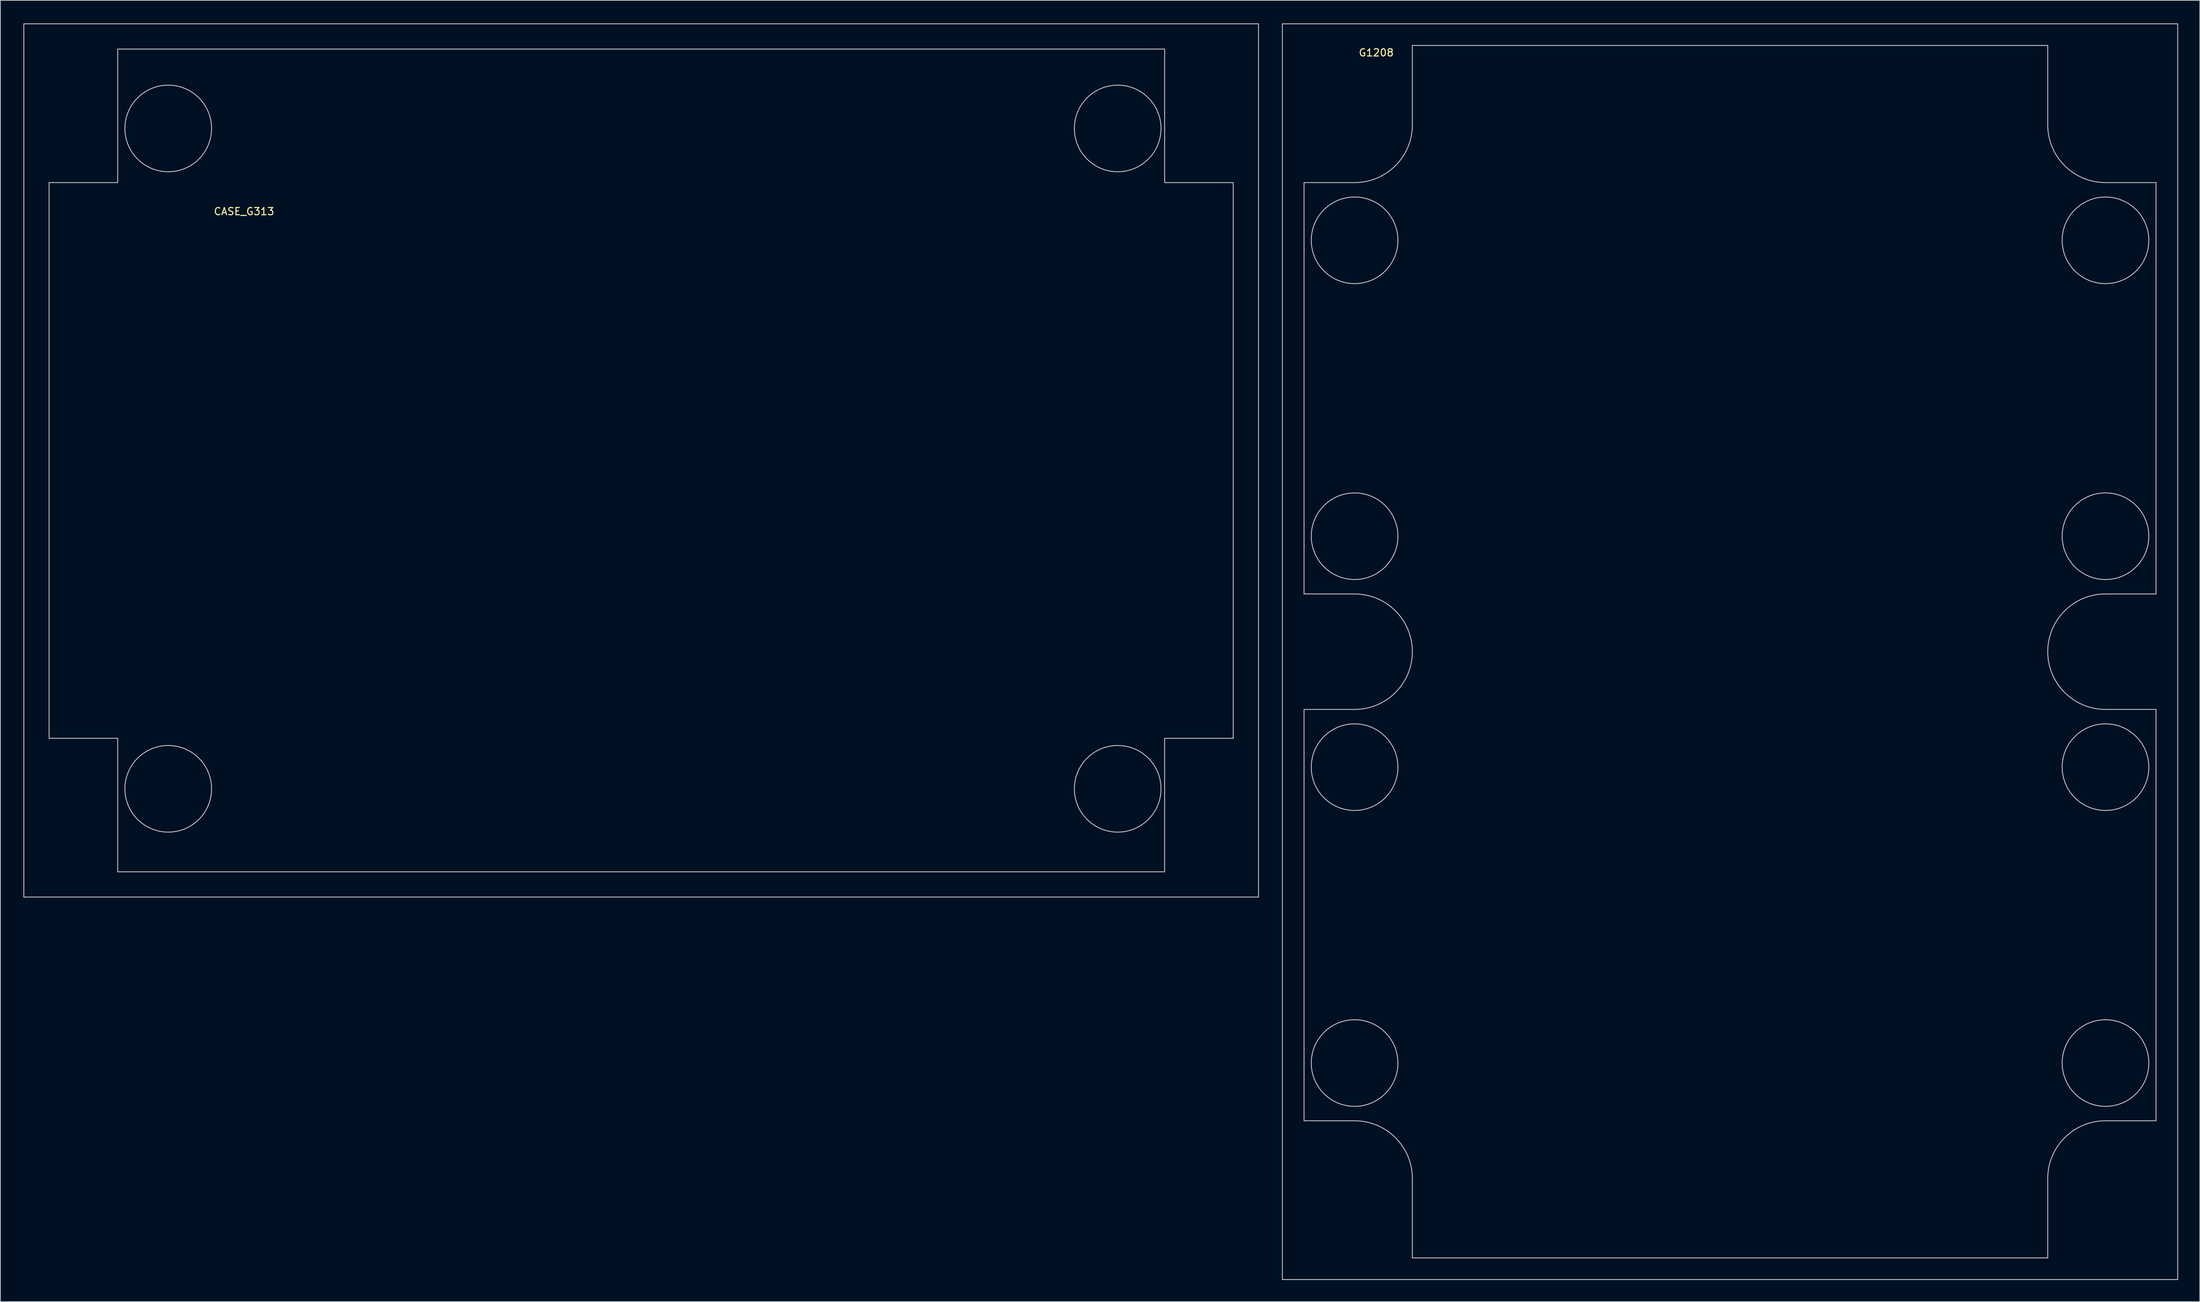
<source format=kicad_pcb>
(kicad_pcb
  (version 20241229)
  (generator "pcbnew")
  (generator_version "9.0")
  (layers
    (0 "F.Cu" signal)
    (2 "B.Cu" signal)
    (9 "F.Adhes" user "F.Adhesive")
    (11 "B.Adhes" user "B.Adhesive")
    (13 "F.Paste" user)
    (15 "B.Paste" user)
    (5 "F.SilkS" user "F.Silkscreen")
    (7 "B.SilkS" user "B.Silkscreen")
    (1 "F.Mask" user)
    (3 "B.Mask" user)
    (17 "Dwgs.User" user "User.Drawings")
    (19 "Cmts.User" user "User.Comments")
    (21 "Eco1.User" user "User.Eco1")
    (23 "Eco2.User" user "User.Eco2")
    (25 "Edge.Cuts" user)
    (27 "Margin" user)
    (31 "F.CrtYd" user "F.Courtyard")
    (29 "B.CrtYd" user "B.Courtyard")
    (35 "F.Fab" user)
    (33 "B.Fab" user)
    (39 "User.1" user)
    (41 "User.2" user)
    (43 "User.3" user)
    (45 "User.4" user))
  (footprint "G1208"
    (layer "F.Cu")
    (at 174.56 0.25)
    (property "Reference" "G1208" (at 13 4 0) (layer "F.SilkS") (effects (font (size 1 1) (thickness 0.15))))
    (attr through_hole)
    (fp_line (start 0 0) (end 124 0) (stroke (width 0.12) (type solid)) (layer "Dwgs.User"))
    (fp_line (start 0 174) (end 0 0) (stroke (width 0.12) (type solid)) (layer "Dwgs.User"))
    (fp_line (start 3 79) (end 3 22) (stroke (width 0.12) (type solid)) (layer "Dwgs.User"))
    (fp_line (start 3 79) (end 10 79) (stroke (width 0.12) (type solid)) (layer "Dwgs.User"))
    (fp_line (start 3 152) (end 3 95) (stroke (width 0.12) (type solid)) (layer "Dwgs.User"))
    (fp_line (start 10 22) (end 3 22) (stroke (width 0.12) (type solid)) (layer "Dwgs.User"))
    (fp_line (start 10 95) (end 3 95) (stroke (width 0.12) (type solid)) (layer "Dwgs.User"))
    (fp_line (start 10 152) (end 3 152) (stroke (width 0.12) (type solid)) (layer "Dwgs.User"))
    (fp_line (start 18 3) (end 106 3) (stroke (width 0.12) (type solid)) (layer "Dwgs.User"))
    (fp_line (start 18 14) (end 18 3) (stroke (width 0.12) (type solid)) (layer "Dwgs.User"))
    (fp_line (start 18 160) (end 18 171) (stroke (width 0.12) (type solid)) (layer "Dwgs.User"))
    (fp_line (start 106 14) (end 106 3) (stroke (width 0.12) (type solid)) (layer "Dwgs.User"))
    (fp_line (start 106 160) (end 106 171) (stroke (width 0.12) (type solid)) (layer "Dwgs.User"))
    (fp_line (start 106 171) (end 18 171) (stroke (width 0.12) (type solid)) (layer "Dwgs.User"))
    (fp_line (start 114 22) (end 121 22) (stroke (width 0.12) (type solid)) (layer "Dwgs.User"))
    (fp_line (start 114 79) (end 121 79) (stroke (width 0.12) (type solid)) (layer "Dwgs.User"))
    (fp_line (start 114 95) (end 121 95) (stroke (width 0.12) (type solid)) (layer "Dwgs.User"))
    (fp_line (start 114 152) (end 121 152) (stroke (width 0.12) (type solid)) (layer "Dwgs.User"))
    (fp_line (start 121 22) (end 121 79) (stroke (width 0.12) (type solid)) (layer "Dwgs.User"))
    (fp_line (start 121 95) (end 121 152) (stroke (width 0.12) (type solid)) (layer "Dwgs.User"))
    (fp_line (start 124 0) (end 124 174) (stroke (width 0.12) (type solid)) (layer "Dwgs.User"))
    (fp_line (start 124 174) (end 0 174) (stroke (width 0.12) (type solid)) (layer "Dwgs.User"))
    (fp_arc (start 10 79) (mid 18 87) (end 10 95) (stroke (width 0.12) (type solid)) (layer "Dwgs.User"))
    (fp_arc (start 10 152) (mid 15.656854 154.343146) (end 18 160) (stroke (width 0.12) (type solid)) (layer "Dwgs.User"))
    (fp_arc (start 18 14) (mid 15.656854 19.656854) (end 10 22) (stroke (width 0.12) (type solid)) (layer "Dwgs.User"))
    (fp_arc (start 106 160) (mid 108.343146 154.343146) (end 114 152) (stroke (width 0.12) (type solid)) (layer "Dwgs.User"))
    (fp_arc (start 114 22) (mid 108.343146 19.656854) (end 106 14) (stroke (width 0.12) (type solid)) (layer "Dwgs.User"))
    (fp_arc (start 114 95) (mid 106 87) (end 114 79) (stroke (width 0.12) (type solid)) (layer "Dwgs.User"))
    (fp_circle (center 10 30) (end 16 30) (stroke (width 0.12) (type solid)) (fill no) (layer "Dwgs.User"))
    (fp_circle (center 10 71) (end 16 71) (stroke (width 0.12) (type solid)) (fill no) (layer "Dwgs.User"))
    (fp_circle (center 10 103) (end 16 103) (stroke (width 0.12) (type solid)) (fill no) (layer "Dwgs.User"))
    (fp_circle (center 10 144) (end 16 144) (stroke (width 0.12) (type solid)) (fill no) (layer "Dwgs.User"))
    (fp_circle (center 114 30) (end 108 30) (stroke (width 0.12) (type solid)) (fill no) (layer "Dwgs.User"))
    (fp_circle (center 114 71) (end 108 71) (stroke (width 0.12) (type solid)) (fill no) (layer "Dwgs.User"))
    (fp_circle (center 114 103) (end 108 103) (stroke (width 0.12) (type solid)) (fill no) (layer "Dwgs.User"))
    (fp_circle (center 114 144) (end 108 144) (stroke (width 0.12) (type solid)) (fill no) (layer "Dwgs.User")))
  (footprint "CASE_G313"
    (layer "F.Cu")
    (at 0.25 0.25)
    (property "Reference" "CASE_G313" (at 30.5 26 0) (layer "F.SilkS") (effects (font (size 1 1) (thickness 0.15))))
    (attr through_hole)
    (fp_line (start 0 0) (end 171 0) (stroke (width 0.12) (type solid)) (layer "Dwgs.User"))
    (fp_line (start 0 121) (end 0 0) (stroke (width 0.12) (type solid)) (layer "Dwgs.User"))
    (fp_line (start 3.5 22) (end 13 22) (stroke (width 0.12) (type solid)) (layer "Dwgs.User"))
    (fp_line (start 3.5 99) (end 3.5 22) (stroke (width 0.12) (type solid)) (layer "Dwgs.User"))
    (fp_line (start 13 3.5) (end 158 3.5) (stroke (width 0.12) (type solid)) (layer "Dwgs.User"))
    (fp_line (start 13 22) (end 13 3.5) (stroke (width 0.12) (type solid)) (layer "Dwgs.User"))
    (fp_line (start 13 99) (end 3.5 99) (stroke (width 0.12) (type solid)) (layer "Dwgs.User"))
    (fp_line (start 13 117.5) (end 13 99) (stroke (width 0.12) (type solid)) (layer "Dwgs.User"))
    (fp_line (start 158 3.5) (end 158 22) (stroke (width 0.12) (type solid)) (layer "Dwgs.User"))
    (fp_line (start 158 22) (end 167.5 22) (stroke (width 0.12) (type solid)) (layer "Dwgs.User"))
    (fp_line (start 158 99) (end 158 117.5) (stroke (width 0.12) (type solid)) (layer "Dwgs.User"))
    (fp_line (start 158 117.5) (end 13 117.5) (stroke (width 0.12) (type solid)) (layer "Dwgs.User"))
    (fp_line (start 167.5 22) (end 167.5 99) (stroke (width 0.12) (type solid)) (layer "Dwgs.User"))
    (fp_line (start 167.5 99) (end 158 99) (stroke (width 0.12) (type solid)) (layer "Dwgs.User"))
    (fp_line (start 171 0) (end 171 121) (stroke (width 0.12) (type solid)) (layer "Dwgs.User"))
    (fp_line (start 171 121) (end 0 121) (stroke (width 0.12) (type solid)) (layer "Dwgs.User"))
    (fp_circle (center 20 14.5) (end 26 14.5) (stroke (width 0.12) (type solid)) (fill no) (layer "Dwgs.User"))
    (fp_circle (center 20 106) (end 14 106) (stroke (width 0.12) (type solid)) (fill no) (layer "Dwgs.User"))
    (fp_circle (center 151.5 14.5) (end 151.5 20.5) (stroke (width 0.12) (type solid)) (fill no) (layer "Dwgs.User"))
    (fp_circle (center 151.5 106) (end 151.5 100) (stroke (width 0.12) (type solid)) (fill no) (layer "Dwgs.User")))
  (gr_rect
    (start -3 -3)
    (end 301.62 177.31)
    (stroke (width 0.1) (type default))
    (fill no)
    (layer "Edge.Cuts")))
</source>
